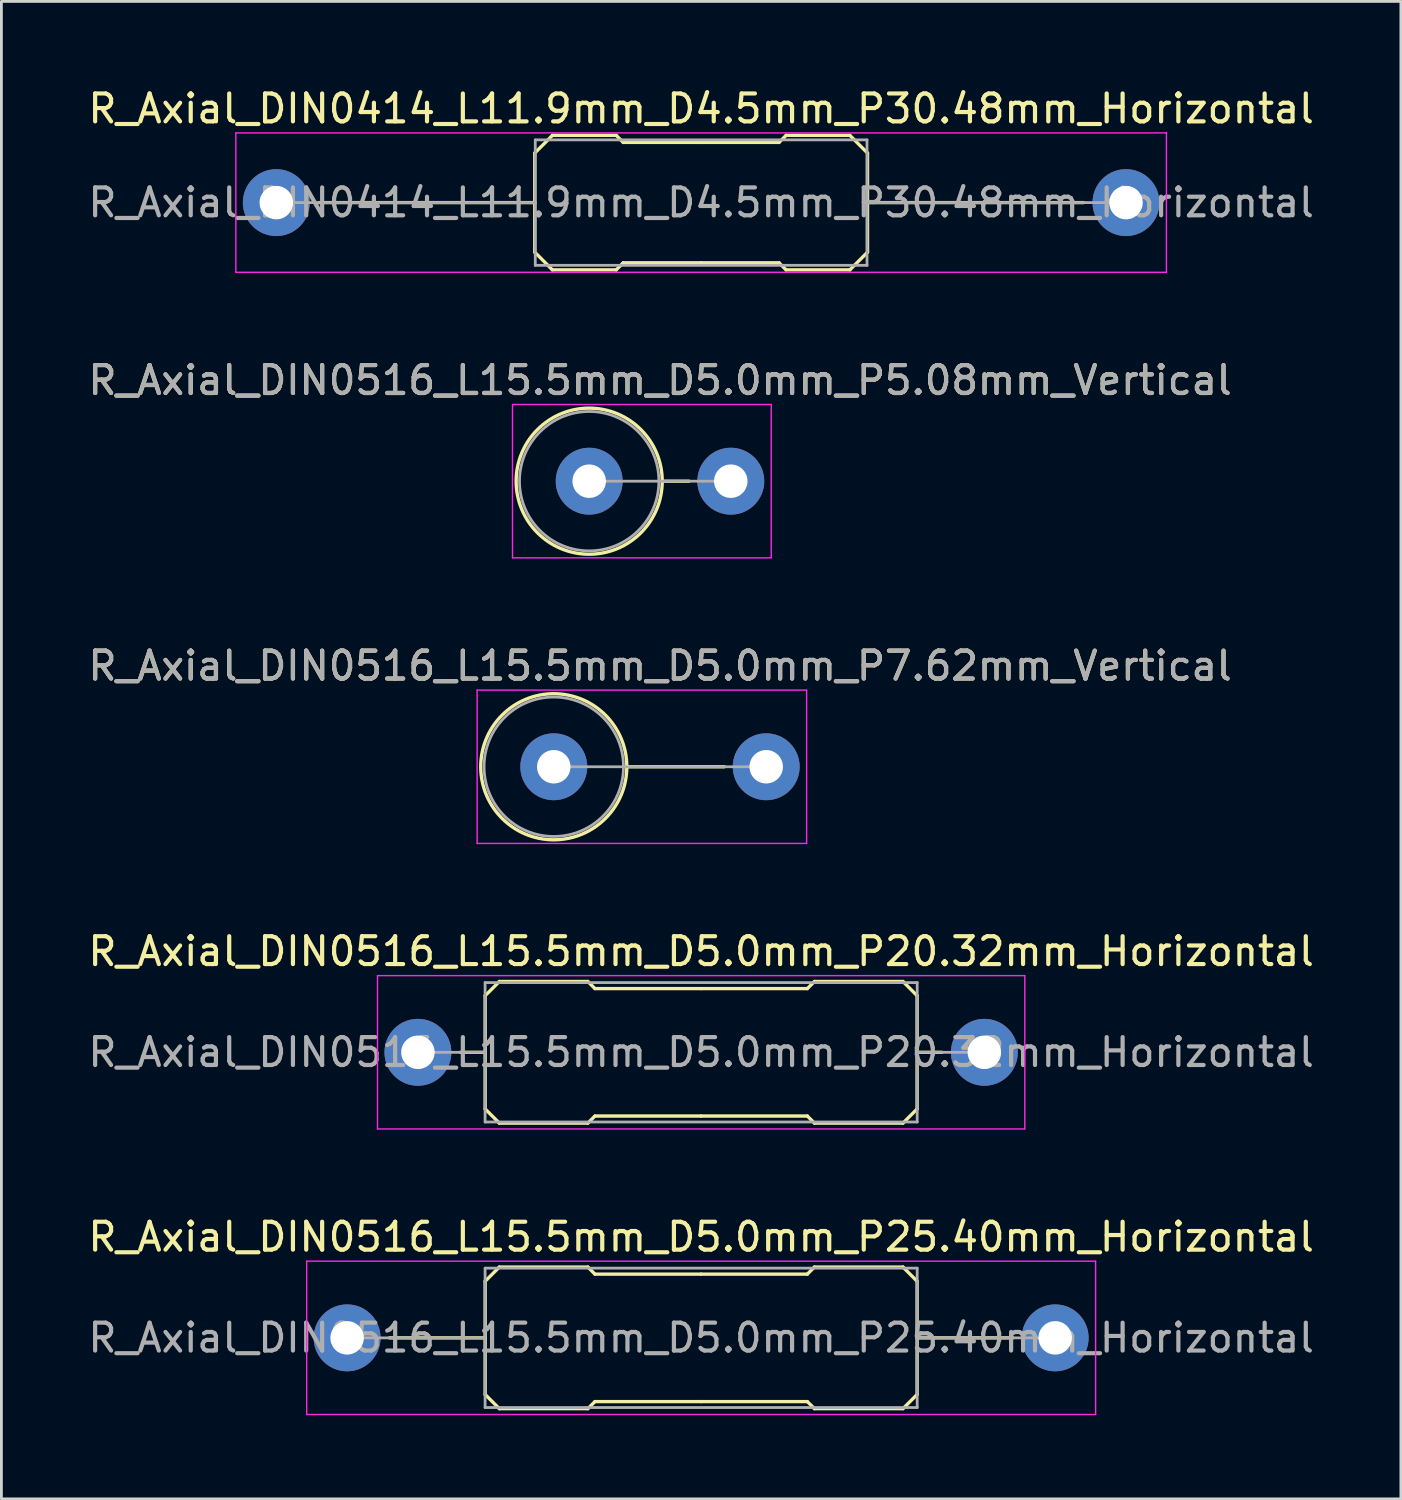
<source format=kicad_pcb>
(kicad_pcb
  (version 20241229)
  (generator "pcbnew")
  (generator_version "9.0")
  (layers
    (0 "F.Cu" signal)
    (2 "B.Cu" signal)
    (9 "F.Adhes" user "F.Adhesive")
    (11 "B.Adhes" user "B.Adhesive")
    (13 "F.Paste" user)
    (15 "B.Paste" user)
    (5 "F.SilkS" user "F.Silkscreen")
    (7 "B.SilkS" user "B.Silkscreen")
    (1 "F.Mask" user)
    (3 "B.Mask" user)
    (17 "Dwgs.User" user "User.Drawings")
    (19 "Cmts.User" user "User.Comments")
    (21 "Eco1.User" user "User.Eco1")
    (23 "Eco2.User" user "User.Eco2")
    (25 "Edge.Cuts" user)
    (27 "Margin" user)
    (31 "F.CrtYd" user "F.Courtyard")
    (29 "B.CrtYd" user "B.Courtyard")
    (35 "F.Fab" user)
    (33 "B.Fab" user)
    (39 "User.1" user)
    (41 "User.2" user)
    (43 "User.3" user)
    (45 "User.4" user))
  (footprint "R_Axial_DIN0516_L15.5mm_D5.0mm_P25.40mm_Horizontal"
    (layer "F.Cu")
    (at 9.401 44.941)
    (property "Reference" "R_Axial_DIN0516_L15.5mm_D5.0mm_P25.40mm_Horizontal" (at 12.7 -3.62 0) (layer "F.SilkS") (effects (font (size 1 1) (thickness 0.15))))
    (attr through_hole)
    (fp_line (start 4.953 -2.032) (end 5.461 -2.54) (stroke (width 0.12) (type solid)) (layer "F.SilkS"))
    (fp_line (start 4.953 0) (end 1.524 0) (stroke (width 0.12) (type solid)) (layer "F.SilkS"))
    (fp_line (start 4.953 2.032) (end 4.953 -2.032) (stroke (width 0.12) (type solid)) (layer "F.SilkS"))
    (fp_line (start 4.953 2.032) (end 5.461 2.54) (stroke (width 0.12) (type solid)) (layer "F.SilkS"))
    (fp_line (start 5.461 -2.54) (end 8.636 -2.54) (stroke (width 0.12) (type solid)) (layer "F.SilkS"))
    (fp_line (start 5.461 2.54) (end 8.636 2.54) (stroke (width 0.12) (type solid)) (layer "F.SilkS"))
    (fp_line (start 8.636 -2.54) (end 8.89 -2.286) (stroke (width 0.12) (type solid)) (layer "F.SilkS"))
    (fp_line (start 8.636 2.54) (end 8.89 2.286) (stroke (width 0.12) (type solid)) (layer "F.SilkS"))
    (fp_line (start 8.89 -2.286) (end 12.7 -2.286) (stroke (width 0.12) (type solid)) (layer "F.SilkS"))
    (fp_line (start 8.89 2.286) (end 12.7 2.286) (stroke (width 0.12) (type solid)) (layer "F.SilkS"))
    (fp_line (start 16.51 -2.286) (end 12.7 -2.286) (stroke (width 0.12) (type solid)) (layer "F.SilkS"))
    (fp_line (start 16.51 2.286) (end 12.7 2.286) (stroke (width 0.12) (type solid)) (layer "F.SilkS"))
    (fp_line (start 16.764 -2.54) (end 16.51 -2.286) (stroke (width 0.12) (type solid)) (layer "F.SilkS"))
    (fp_line (start 16.764 2.54) (end 16.51 2.286) (stroke (width 0.12) (type solid)) (layer "F.SilkS"))
    (fp_line (start 19.939 -2.54) (end 16.764 -2.54) (stroke (width 0.12) (type solid)) (layer "F.SilkS"))
    (fp_line (start 19.939 2.54) (end 16.764 2.54) (stroke (width 0.12) (type solid)) (layer "F.SilkS"))
    (fp_line (start 20.447 -2.032) (end 19.939 -2.54) (stroke (width 0.12) (type solid)) (layer "F.SilkS"))
    (fp_line (start 20.447 2.032) (end 19.939 2.54) (stroke (width 0.12) (type solid)) (layer "F.SilkS"))
    (fp_line (start 20.447 2.032) (end 20.447 -2.032) (stroke (width 0.12) (type solid)) (layer "F.SilkS"))
    (fp_line (start 23.876 0) (end 20.447 0) (stroke (width 0.12) (type solid)) (layer "F.SilkS"))
    (fp_line (start -1.45 -2.75) (end -1.45 2.75) (stroke (width 0.05) (type solid)) (layer "F.CrtYd"))
    (fp_line (start -1.45 2.75) (end 26.85 2.75) (stroke (width 0.05) (type solid)) (layer "F.CrtYd"))
    (fp_line (start 26.85 -2.75) (end -1.45 -2.75) (stroke (width 0.05) (type solid)) (layer "F.CrtYd"))
    (fp_line (start 26.85 2.75) (end 26.85 -2.75) (stroke (width 0.05) (type solid)) (layer "F.CrtYd"))
    (fp_line (start 0 0) (end 4.95 0) (stroke (width 0.1) (type solid)) (layer "F.Fab"))
    (fp_line (start 4.95 -2.5) (end 4.95 2.5) (stroke (width 0.1) (type solid)) (layer "F.Fab"))
    (fp_line (start 4.95 2.5) (end 20.45 2.5) (stroke (width 0.1) (type solid)) (layer "F.Fab"))
    (fp_line (start 20.45 -2.5) (end 4.95 -2.5) (stroke (width 0.1) (type solid)) (layer "F.Fab"))
    (fp_line (start 20.45 2.5) (end 20.45 -2.5) (stroke (width 0.1) (type solid)) (layer "F.Fab"))
    (fp_line (start 25.4 0) (end 20.45 0) (stroke (width 0.1) (type solid)) (layer "F.Fab"))
    (fp_text user "${REFERENCE}" (at 12.7 0 0) (layer "F.Fab") (effects (font (size 1 1) (thickness 0.15))))
    (pad "1" thru_hole circle (at 0 0) (size 2.4 2.4) (drill 1.2) (layers "*.Cu" "*.Mask"))
    (pad "2" thru_hole oval (at 25.4 0) (size 2.4 2.4) (drill 1.2) (layers "*.Cu" "*.Mask")))
  (footprint "R_Axial_DIN0516_L15.5mm_D5.0mm_P7.62mm_Vertical"
    (layer "F.Cu")
    (at 16.815 24.455)
    (property "Reference" "R_Axial_DIN0516_L15.5mm_D5.0mm_P7.62mm_Vertical" (at 3.81 -3.62 0) (layer "F.SilkS") (effects (font (size 1 1) (thickness 0.15))))
    (attr through_hole)
    (fp_line (start 2.62 0) (end 6.12 0) (stroke (width 0.12) (type solid)) (layer "F.SilkS"))
    (fp_circle (center 0 0) (end 2.62 0) (stroke (width 0.12) (type solid)) (fill no) (layer "F.SilkS"))
    (fp_line (start -2.75 -2.75) (end -2.75 2.75) (stroke (width 0.05) (type solid)) (layer "F.CrtYd"))
    (fp_line (start -2.75 2.75) (end 9.07 2.75) (stroke (width 0.05) (type solid)) (layer "F.CrtYd"))
    (fp_line (start 9.07 -2.75) (end -2.75 -2.75) (stroke (width 0.05) (type solid)) (layer "F.CrtYd"))
    (fp_line (start 9.07 2.75) (end 9.07 -2.75) (stroke (width 0.05) (type solid)) (layer "F.CrtYd"))
    (fp_line (start 0 0) (end 7.62 0) (stroke (width 0.1) (type solid)) (layer "F.Fab"))
    (fp_circle (center 0 0) (end 2.5 0) (stroke (width 0.1) (type solid)) (fill no) (layer "F.Fab"))
    (fp_text user "${REFERENCE}" (at 3.81 -3.62 0) (layer "F.Fab") (effects (font (size 1 1) (thickness 0.15))))
    (pad "1" thru_hole circle (at 0 0) (size 2.4 2.4) (drill 1.2) (layers "*.Cu" "*.Mask"))
    (pad "2" thru_hole oval (at 7.62 0) (size 2.4 2.4) (drill 1.2) (layers "*.Cu" "*.Mask")))
  (footprint "R_Axial_DIN0414_L11.9mm_D4.5mm_P30.48mm_Horizontal"
    (layer "F.Cu")
    (at 6.861 4.218)
    (property "Reference" "R_Axial_DIN0414_L11.9mm_D4.5mm_P30.48mm_Horizontal" (at 15.24 -3.37 0) (layer "F.SilkS") (effects (font (size 1 1) (thickness 0.15))))
    (attr through_hole)
    (fp_line (start 9.271 -1.778) (end 9.906 -2.413) (stroke (width 0.12) (type solid)) (layer "F.SilkS"))
    (fp_line (start 9.271 0) (end 1.524 0) (stroke (width 0.12) (type solid)) (layer "F.SilkS"))
    (fp_line (start 9.271 1.778) (end 9.271 -1.778) (stroke (width 0.12) (type solid)) (layer "F.SilkS"))
    (fp_line (start 9.271 1.778) (end 9.906 2.413) (stroke (width 0.12) (type solid)) (layer "F.SilkS"))
    (fp_line (start 9.906 -2.413) (end 12.192 -2.413) (stroke (width 0.12) (type solid)) (layer "F.SilkS"))
    (fp_line (start 9.906 2.413) (end 12.192 2.413) (stroke (width 0.12) (type solid)) (layer "F.SilkS"))
    (fp_line (start 12.192 -2.413) (end 12.446 -2.159) (stroke (width 0.12) (type solid)) (layer "F.SilkS"))
    (fp_line (start 12.192 2.413) (end 12.446 2.159) (stroke (width 0.12) (type solid)) (layer "F.SilkS"))
    (fp_line (start 12.446 -2.159) (end 15.24 -2.159) (stroke (width 0.12) (type solid)) (layer "F.SilkS"))
    (fp_line (start 12.446 2.159) (end 15.24 2.159) (stroke (width 0.12) (type solid)) (layer "F.SilkS"))
    (fp_line (start 18.034 -2.159) (end 15.24 -2.159) (stroke (width 0.12) (type solid)) (layer "F.SilkS"))
    (fp_line (start 18.034 2.159) (end 15.24 2.159) (stroke (width 0.12) (type solid)) (layer "F.SilkS"))
    (fp_line (start 18.288 -2.413) (end 18.034 -2.159) (stroke (width 0.12) (type solid)) (layer "F.SilkS"))
    (fp_line (start 18.288 2.413) (end 18.034 2.159) (stroke (width 0.12) (type solid)) (layer "F.SilkS"))
    (fp_line (start 20.574 -2.413) (end 18.288 -2.413) (stroke (width 0.12) (type solid)) (layer "F.SilkS"))
    (fp_line (start 20.574 2.413) (end 18.288 2.413) (stroke (width 0.12) (type solid)) (layer "F.SilkS"))
    (fp_line (start 21.209 -1.778) (end 20.574 -2.413) (stroke (width 0.12) (type solid)) (layer "F.SilkS"))
    (fp_line (start 21.209 0) (end 28.956 0) (stroke (width 0.12) (type solid)) (layer "F.SilkS"))
    (fp_line (start 21.209 1.778) (end 20.574 2.413) (stroke (width 0.12) (type solid)) (layer "F.SilkS"))
    (fp_line (start 21.209 1.778) (end 21.209 -1.778) (stroke (width 0.12) (type solid)) (layer "F.SilkS"))
    (fp_line (start -1.45 -2.5) (end -1.45 2.5) (stroke (width 0.05) (type solid)) (layer "F.CrtYd"))
    (fp_line (start -1.45 2.5) (end 31.93 2.5) (stroke (width 0.05) (type solid)) (layer "F.CrtYd"))
    (fp_line (start 31.93 -2.5) (end -1.45 -2.5) (stroke (width 0.05) (type solid)) (layer "F.CrtYd"))
    (fp_line (start 31.93 2.5) (end 31.93 -2.5) (stroke (width 0.05) (type solid)) (layer "F.CrtYd"))
    (fp_line (start 0 0) (end 9.29 0) (stroke (width 0.1) (type solid)) (layer "F.Fab"))
    (fp_line (start 9.29 -2.25) (end 9.29 2.25) (stroke (width 0.1) (type solid)) (layer "F.Fab"))
    (fp_line (start 9.29 2.25) (end 21.19 2.25) (stroke (width 0.1) (type solid)) (layer "F.Fab"))
    (fp_line (start 21.19 -2.25) (end 9.29 -2.25) (stroke (width 0.1) (type solid)) (layer "F.Fab"))
    (fp_line (start 21.19 2.25) (end 21.19 -2.25) (stroke (width 0.1) (type solid)) (layer "F.Fab"))
    (fp_line (start 30.48 0) (end 21.19 0) (stroke (width 0.1) (type solid)) (layer "F.Fab"))
    (fp_text user "${REFERENCE}" (at 15.24 0 0) (layer "F.Fab") (effects (font (size 1 1) (thickness 0.15))))
    (pad "1" thru_hole circle (at 0 0) (size 2.4 2.4) (drill 1.2) (layers "*.Cu" "*.Mask"))
    (pad "2" thru_hole oval (at 30.48 0) (size 2.4 2.4) (drill 1.2) (layers "*.Cu" "*.Mask")))
  (footprint "R_Axial_DIN0516_L15.5mm_D5.0mm_P5.08mm_Vertical"
    (layer "F.Cu")
    (at 18.085 14.211)
    (property "Reference" "R_Axial_DIN0516_L15.5mm_D5.0mm_P5.08mm_Vertical" (at 2.54 -3.62 0) (layer "F.SilkS") (effects (font (size 1 1) (thickness 0.15))))
    (attr through_hole)
    (fp_line (start 2.62 0) (end 3.58 0) (stroke (width 0.12) (type solid)) (layer "F.SilkS"))
    (fp_circle (center 0 0) (end 2.62 0) (stroke (width 0.12) (type solid)) (fill no) (layer "F.SilkS"))
    (fp_line (start -2.75 -2.75) (end -2.75 2.75) (stroke (width 0.05) (type solid)) (layer "F.CrtYd"))
    (fp_line (start -2.75 2.75) (end 6.53 2.75) (stroke (width 0.05) (type solid)) (layer "F.CrtYd"))
    (fp_line (start 6.53 -2.75) (end -2.75 -2.75) (stroke (width 0.05) (type solid)) (layer "F.CrtYd"))
    (fp_line (start 6.53 2.75) (end 6.53 -2.75) (stroke (width 0.05) (type solid)) (layer "F.CrtYd"))
    (fp_line (start 0 0) (end 5.08 0) (stroke (width 0.1) (type solid)) (layer "F.Fab"))
    (fp_circle (center 0 0) (end 2.5 0) (stroke (width 0.1) (type solid)) (fill no) (layer "F.Fab"))
    (fp_text user "${REFERENCE}" (at 2.54 -3.62 0) (layer "F.Fab") (effects (font (size 1 1) (thickness 0.15))))
    (pad "1" thru_hole circle (at 0 0) (size 2.4 2.4) (drill 1.2) (layers "*.Cu" "*.Mask"))
    (pad "2" thru_hole oval (at 5.08 0) (size 2.4 2.4) (drill 1.2) (layers "*.Cu" "*.Mask")))
  (footprint "R_Axial_DIN0516_L15.5mm_D5.0mm_P20.32mm_Horizontal"
    (layer "F.Cu")
    (at 11.941 34.698)
    (property "Reference" "R_Axial_DIN0516_L15.5mm_D5.0mm_P20.32mm_Horizontal" (at 10.16 -3.62 0) (layer "F.SilkS") (effects (font (size 1 1) (thickness 0.15))))
    (attr through_hole)
    (fp_line (start 2.413 -2.032) (end 2.921 -2.54) (stroke (width 0.12) (type solid)) (layer "F.SilkS"))
    (fp_line (start 2.413 0) (end 1.524 0) (stroke (width 0.12) (type solid)) (layer "F.SilkS"))
    (fp_line (start 2.413 2.032) (end 2.413 -2.032) (stroke (width 0.12) (type solid)) (layer "F.SilkS"))
    (fp_line (start 2.413 2.032) (end 2.921 2.54) (stroke (width 0.12) (type solid)) (layer "F.SilkS"))
    (fp_line (start 2.921 -2.54) (end 6.096 -2.54) (stroke (width 0.12) (type solid)) (layer "F.SilkS"))
    (fp_line (start 2.921 2.54) (end 6.096 2.54) (stroke (width 0.12) (type solid)) (layer "F.SilkS"))
    (fp_line (start 6.096 -2.54) (end 6.35 -2.286) (stroke (width 0.12) (type solid)) (layer "F.SilkS"))
    (fp_line (start 6.096 2.54) (end 6.35 2.286) (stroke (width 0.12) (type solid)) (layer "F.SilkS"))
    (fp_line (start 6.35 -2.286) (end 10.16 -2.286) (stroke (width 0.12) (type solid)) (layer "F.SilkS"))
    (fp_line (start 6.35 2.286) (end 10.16 2.286) (stroke (width 0.12) (type solid)) (layer "F.SilkS"))
    (fp_line (start 13.97 -2.286) (end 10.16 -2.286) (stroke (width 0.12) (type solid)) (layer "F.SilkS"))
    (fp_line (start 13.97 2.286) (end 10.16 2.286) (stroke (width 0.12) (type solid)) (layer "F.SilkS"))
    (fp_line (start 14.224 -2.54) (end 13.97 -2.286) (stroke (width 0.12) (type solid)) (layer "F.SilkS"))
    (fp_line (start 14.224 2.54) (end 13.97 2.286) (stroke (width 0.12) (type solid)) (layer "F.SilkS"))
    (fp_line (start 17.399 -2.54) (end 14.224 -2.54) (stroke (width 0.12) (type solid)) (layer "F.SilkS"))
    (fp_line (start 17.399 2.54) (end 14.224 2.54) (stroke (width 0.12) (type solid)) (layer "F.SilkS"))
    (fp_line (start 17.907 -2.032) (end 17.399 -2.54) (stroke (width 0.12) (type solid)) (layer "F.SilkS"))
    (fp_line (start 17.907 2.032) (end 17.399 2.54) (stroke (width 0.12) (type solid)) (layer "F.SilkS"))
    (fp_line (start 17.907 2.032) (end 17.907 -2.032) (stroke (width 0.12) (type solid)) (layer "F.SilkS"))
    (fp_line (start 18.796 0) (end 17.907 0) (stroke (width 0.12) (type solid)) (layer "F.SilkS"))
    (fp_line (start -1.45 -2.75) (end -1.45 2.75) (stroke (width 0.05) (type solid)) (layer "F.CrtYd"))
    (fp_line (start -1.45 2.75) (end 21.77 2.75) (stroke (width 0.05) (type solid)) (layer "F.CrtYd"))
    (fp_line (start 21.77 -2.75) (end -1.45 -2.75) (stroke (width 0.05) (type solid)) (layer "F.CrtYd"))
    (fp_line (start 21.77 2.75) (end 21.77 -2.75) (stroke (width 0.05) (type solid)) (layer "F.CrtYd"))
    (fp_line (start 0 0) (end 2.41 0) (stroke (width 0.1) (type solid)) (layer "F.Fab"))
    (fp_line (start 2.41 -2.5) (end 2.41 2.5) (stroke (width 0.1) (type solid)) (layer "F.Fab"))
    (fp_line (start 2.41 2.5) (end 17.91 2.5) (stroke (width 0.1) (type solid)) (layer "F.Fab"))
    (fp_line (start 17.91 -2.5) (end 2.41 -2.5) (stroke (width 0.1) (type solid)) (layer "F.Fab"))
    (fp_line (start 17.91 2.5) (end 17.91 -2.5) (stroke (width 0.1) (type solid)) (layer "F.Fab"))
    (fp_line (start 20.32 0) (end 17.91 0) (stroke (width 0.1) (type solid)) (layer "F.Fab"))
    (fp_text user "${REFERENCE}" (at 10.16 0 0) (layer "F.Fab") (effects (font (size 1 1) (thickness 0.15))))
    (pad "1" thru_hole circle (at 0 0) (size 2.4 2.4) (drill 1.2) (layers "*.Cu" "*.Mask"))
    (pad "2" thru_hole oval (at 20.32 0) (size 2.4 2.4) (drill 1.2) (layers "*.Cu" "*.Mask")))
  (gr_rect
    (start -3 -3)
    (end 47.202 50.716)
    (stroke (width 0.1) (type default))
    (fill no)
    (layer "Edge.Cuts")))
</source>
